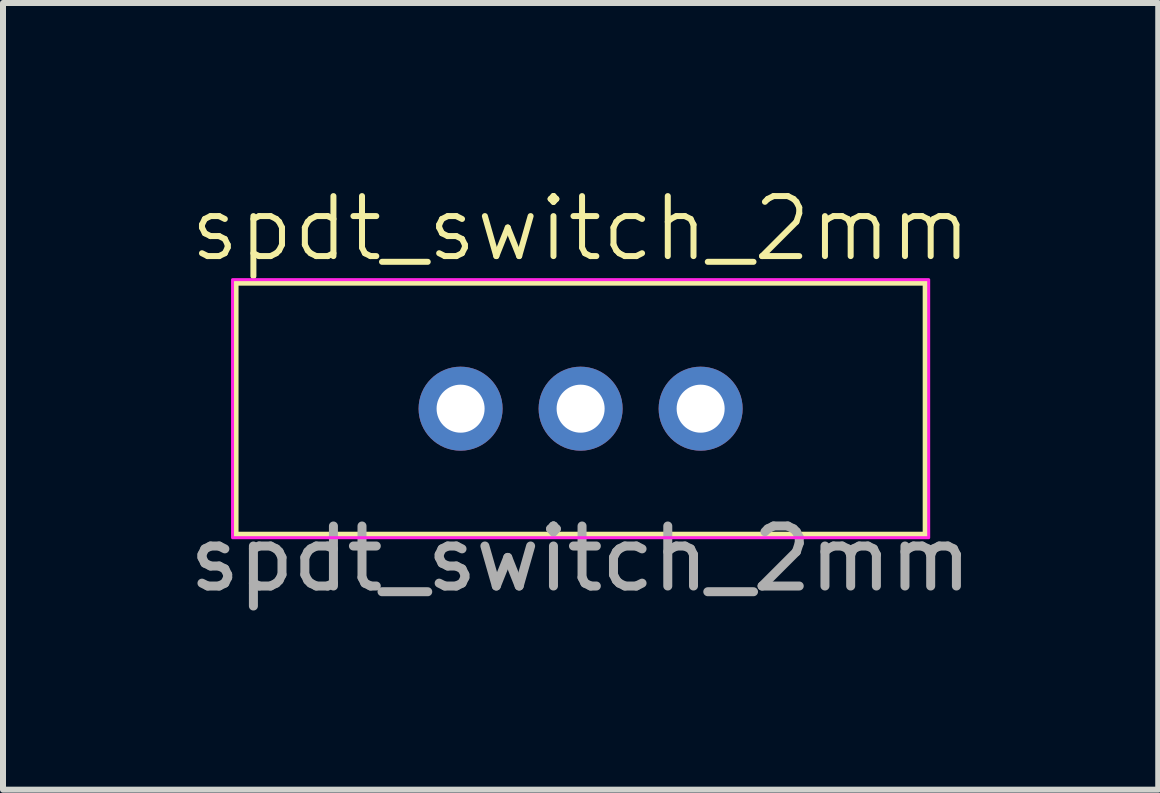
<source format=kicad_pcb>
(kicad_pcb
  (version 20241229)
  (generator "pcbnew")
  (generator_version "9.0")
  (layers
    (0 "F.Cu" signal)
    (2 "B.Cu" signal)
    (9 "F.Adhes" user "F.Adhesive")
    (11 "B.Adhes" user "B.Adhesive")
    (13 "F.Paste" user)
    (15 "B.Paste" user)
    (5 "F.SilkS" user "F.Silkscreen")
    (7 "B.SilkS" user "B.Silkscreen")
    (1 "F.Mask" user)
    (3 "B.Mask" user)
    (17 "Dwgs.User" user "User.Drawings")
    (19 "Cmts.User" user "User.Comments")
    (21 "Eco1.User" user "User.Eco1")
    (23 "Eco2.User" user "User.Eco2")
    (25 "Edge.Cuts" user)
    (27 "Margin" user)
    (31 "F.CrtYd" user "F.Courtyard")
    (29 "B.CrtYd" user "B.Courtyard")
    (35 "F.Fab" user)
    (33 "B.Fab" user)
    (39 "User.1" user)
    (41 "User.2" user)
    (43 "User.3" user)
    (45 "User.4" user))
  (footprint "spdt_switch_2mm"
    (layer "F.Cu")
    (at 6.625 3.76)
    (property "Reference" "spdt_switch_2mm" (at 0 -3 0) (unlocked yes) (layer "F.SilkS") (effects (font (size 1 1) (thickness 0.1))))
    (attr through_hole)
    (fp_rect (start -5.75 -2.1) (end 5.75 2.1) (stroke (width 0.1) (type solid)) (fill no) (layer "F.SilkS"))
    (fp_rect (start -5.8 -2.15) (end 5.8 2.15) (stroke (width 0.05) (type solid)) (fill no) (layer "F.CrtYd"))
    (fp_text user "${REFERENCE}" (at 0 2.5 0) (unlocked yes) (layer "F.Fab") (effects (font (size 1 1) (thickness 0.15))))
    (pad "1" thru_hole circle (at 0 0) (size 1.4 1.4) (drill 0.8) (layers "*.Cu" "*.Paste"))
    (pad "2" thru_hole circle (at -2 0) (size 1.4 1.4) (drill 0.8) (layers "*.Cu" "*.Mask"))
    (pad "3" thru_hole circle (at 2 0) (size 1.4 1.4) (drill 0.8) (layers "*.Cu" "*.Mask")))
  (gr_rect
    (start -3 -3)
    (end 16.25 10.109)
    (stroke (width 0.1) (type default))
    (fill no)
    (layer "Edge.Cuts")))
</source>
